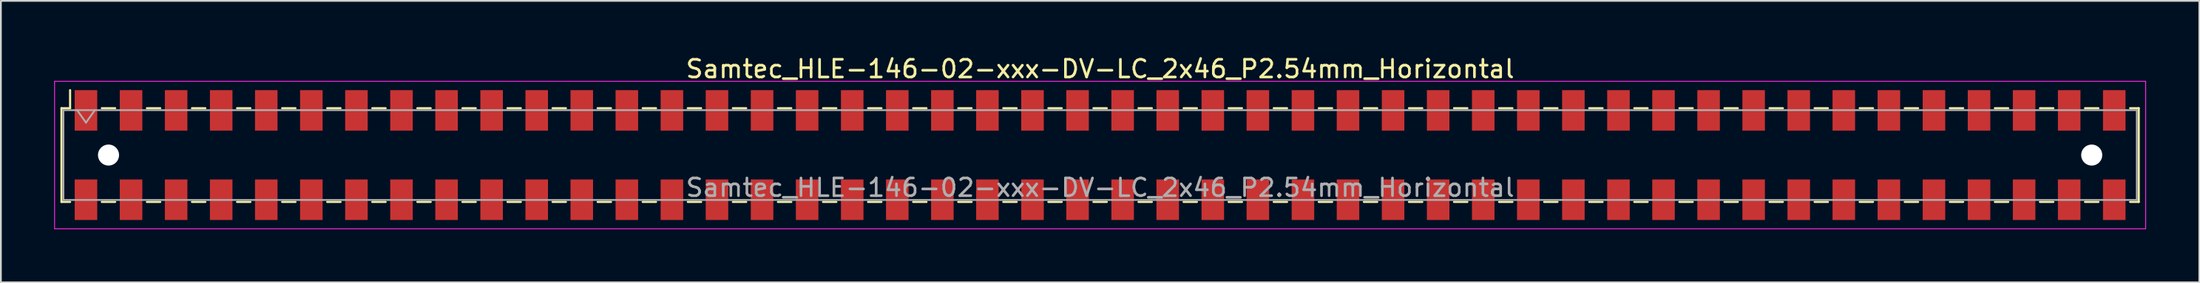
<source format=kicad_pcb>
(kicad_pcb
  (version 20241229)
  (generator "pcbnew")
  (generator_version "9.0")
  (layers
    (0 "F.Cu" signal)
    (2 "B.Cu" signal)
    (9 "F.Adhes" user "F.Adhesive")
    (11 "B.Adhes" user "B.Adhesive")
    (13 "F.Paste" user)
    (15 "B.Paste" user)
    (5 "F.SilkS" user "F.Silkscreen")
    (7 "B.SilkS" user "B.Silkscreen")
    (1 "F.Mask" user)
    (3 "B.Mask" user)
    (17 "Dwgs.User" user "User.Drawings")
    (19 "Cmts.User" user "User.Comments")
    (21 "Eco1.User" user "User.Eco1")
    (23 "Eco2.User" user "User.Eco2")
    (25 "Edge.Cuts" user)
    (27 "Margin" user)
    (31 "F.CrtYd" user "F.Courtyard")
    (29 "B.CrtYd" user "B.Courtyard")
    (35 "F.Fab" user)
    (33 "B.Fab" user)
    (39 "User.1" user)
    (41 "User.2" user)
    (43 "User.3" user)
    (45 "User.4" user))
  (footprint "Samtec_HLE-146-02-xxx-DV-LC_2x46_P2.54mm_Horizontal"
    (layer "F.Cu")
    (at 58.945 5.718)
    (property "Reference" "Samtec_HLE-146-02-xxx-DV-LC_2x46_P2.54mm_Horizontal" (at 0 -4.87 0) (layer "F.SilkS") (effects (font (size 1 1) (thickness 0.15))))
    (attr smd)
    (fp_line (start -58.53 -2.65) (end -58.53 2.65) (stroke (width 0.12) (type solid)) (layer "F.SilkS"))
    (fp_line (start -58.53 2.65) (end -58.045 2.65) (stroke (width 0.12) (type solid)) (layer "F.SilkS"))
    (fp_line (start -58.045 -3.67) (end -58.045 -2.65) (stroke (width 0.12) (type solid)) (layer "F.SilkS"))
    (fp_line (start -58.045 -2.65) (end -58.53 -2.65) (stroke (width 0.12) (type solid)) (layer "F.SilkS"))
    (fp_line (start -56.255 -2.65) (end -55.505 -2.65) (stroke (width 0.12) (type solid)) (layer "F.SilkS"))
    (fp_line (start -56.255 2.65) (end -55.505 2.65) (stroke (width 0.12) (type solid)) (layer "F.SilkS"))
    (fp_line (start -53.715 -2.65) (end -52.965 -2.65) (stroke (width 0.12) (type solid)) (layer "F.SilkS"))
    (fp_line (start -53.715 2.65) (end -52.965 2.65) (stroke (width 0.12) (type solid)) (layer "F.SilkS"))
    (fp_line (start -51.175 -2.65) (end -50.425 -2.65) (stroke (width 0.12) (type solid)) (layer "F.SilkS"))
    (fp_line (start -51.175 2.65) (end -50.425 2.65) (stroke (width 0.12) (type solid)) (layer "F.SilkS"))
    (fp_line (start -48.635 -2.65) (end -47.885 -2.65) (stroke (width 0.12) (type solid)) (layer "F.SilkS"))
    (fp_line (start -48.635 2.65) (end -47.885 2.65) (stroke (width 0.12) (type solid)) (layer "F.SilkS"))
    (fp_line (start -46.095 -2.65) (end -45.345 -2.65) (stroke (width 0.12) (type solid)) (layer "F.SilkS"))
    (fp_line (start -46.095 2.65) (end -45.345 2.65) (stroke (width 0.12) (type solid)) (layer "F.SilkS"))
    (fp_line (start -43.555 -2.65) (end -42.805 -2.65) (stroke (width 0.12) (type solid)) (layer "F.SilkS"))
    (fp_line (start -43.555 2.65) (end -42.805 2.65) (stroke (width 0.12) (type solid)) (layer "F.SilkS"))
    (fp_line (start -41.015 -2.65) (end -40.265 -2.65) (stroke (width 0.12) (type solid)) (layer "F.SilkS"))
    (fp_line (start -41.015 2.65) (end -40.265 2.65) (stroke (width 0.12) (type solid)) (layer "F.SilkS"))
    (fp_line (start -38.475 -2.65) (end -37.725 -2.65) (stroke (width 0.12) (type solid)) (layer "F.SilkS"))
    (fp_line (start -38.475 2.65) (end -37.725 2.65) (stroke (width 0.12) (type solid)) (layer "F.SilkS"))
    (fp_line (start -35.935 -2.65) (end -35.185 -2.65) (stroke (width 0.12) (type solid)) (layer "F.SilkS"))
    (fp_line (start -35.935 2.65) (end -35.185 2.65) (stroke (width 0.12) (type solid)) (layer "F.SilkS"))
    (fp_line (start -33.395 -2.65) (end -32.645 -2.65) (stroke (width 0.12) (type solid)) (layer "F.SilkS"))
    (fp_line (start -33.395 2.65) (end -32.645 2.65) (stroke (width 0.12) (type solid)) (layer "F.SilkS"))
    (fp_line (start -30.855 -2.65) (end -30.105 -2.65) (stroke (width 0.12) (type solid)) (layer "F.SilkS"))
    (fp_line (start -30.855 2.65) (end -30.105 2.65) (stroke (width 0.12) (type solid)) (layer "F.SilkS"))
    (fp_line (start -28.315 -2.65) (end -27.565 -2.65) (stroke (width 0.12) (type solid)) (layer "F.SilkS"))
    (fp_line (start -28.315 2.65) (end -27.565 2.65) (stroke (width 0.12) (type solid)) (layer "F.SilkS"))
    (fp_line (start -25.775 -2.65) (end -25.025 -2.65) (stroke (width 0.12) (type solid)) (layer "F.SilkS"))
    (fp_line (start -25.775 2.65) (end -25.025 2.65) (stroke (width 0.12) (type solid)) (layer "F.SilkS"))
    (fp_line (start -23.235 -2.65) (end -22.485 -2.65) (stroke (width 0.12) (type solid)) (layer "F.SilkS"))
    (fp_line (start -23.235 2.65) (end -22.485 2.65) (stroke (width 0.12) (type solid)) (layer "F.SilkS"))
    (fp_line (start -20.695 -2.65) (end -19.945 -2.65) (stroke (width 0.12) (type solid)) (layer "F.SilkS"))
    (fp_line (start -20.695 2.65) (end -19.945 2.65) (stroke (width 0.12) (type solid)) (layer "F.SilkS"))
    (fp_line (start -18.155 -2.65) (end -17.405 -2.65) (stroke (width 0.12) (type solid)) (layer "F.SilkS"))
    (fp_line (start -18.155 2.65) (end -17.405 2.65) (stroke (width 0.12) (type solid)) (layer "F.SilkS"))
    (fp_line (start -15.615 -2.65) (end -14.865 -2.65) (stroke (width 0.12) (type solid)) (layer "F.SilkS"))
    (fp_line (start -15.615 2.65) (end -14.865 2.65) (stroke (width 0.12) (type solid)) (layer "F.SilkS"))
    (fp_line (start -13.075 -2.65) (end -12.325 -2.65) (stroke (width 0.12) (type solid)) (layer "F.SilkS"))
    (fp_line (start -13.075 2.65) (end -12.325 2.65) (stroke (width 0.12) (type solid)) (layer "F.SilkS"))
    (fp_line (start -10.535 -2.65) (end -9.785 -2.65) (stroke (width 0.12) (type solid)) (layer "F.SilkS"))
    (fp_line (start -10.535 2.65) (end -9.785 2.65) (stroke (width 0.12) (type solid)) (layer "F.SilkS"))
    (fp_line (start -7.995 -2.65) (end -7.245 -2.65) (stroke (width 0.12) (type solid)) (layer "F.SilkS"))
    (fp_line (start -7.995 2.65) (end -7.245 2.65) (stroke (width 0.12) (type solid)) (layer "F.SilkS"))
    (fp_line (start -5.455 -2.65) (end -4.705 -2.65) (stroke (width 0.12) (type solid)) (layer "F.SilkS"))
    (fp_line (start -5.455 2.65) (end -4.705 2.65) (stroke (width 0.12) (type solid)) (layer "F.SilkS"))
    (fp_line (start -2.915 -2.65) (end -2.165 -2.65) (stroke (width 0.12) (type solid)) (layer "F.SilkS"))
    (fp_line (start -2.915 2.65) (end -2.165 2.65) (stroke (width 0.12) (type solid)) (layer "F.SilkS"))
    (fp_line (start -0.375 -2.65) (end 0.375 -2.65) (stroke (width 0.12) (type solid)) (layer "F.SilkS"))
    (fp_line (start -0.375 2.65) (end 0.375 2.65) (stroke (width 0.12) (type solid)) (layer "F.SilkS"))
    (fp_line (start 2.165 -2.65) (end 2.915 -2.65) (stroke (width 0.12) (type solid)) (layer "F.SilkS"))
    (fp_line (start 2.165 2.65) (end 2.915 2.65) (stroke (width 0.12) (type solid)) (layer "F.SilkS"))
    (fp_line (start 4.705 -2.65) (end 5.455 -2.65) (stroke (width 0.12) (type solid)) (layer "F.SilkS"))
    (fp_line (start 4.705 2.65) (end 5.455 2.65) (stroke (width 0.12) (type solid)) (layer "F.SilkS"))
    (fp_line (start 7.245 -2.65) (end 7.995 -2.65) (stroke (width 0.12) (type solid)) (layer "F.SilkS"))
    (fp_line (start 7.245 2.65) (end 7.995 2.65) (stroke (width 0.12) (type solid)) (layer "F.SilkS"))
    (fp_line (start 9.785 -2.65) (end 10.535 -2.65) (stroke (width 0.12) (type solid)) (layer "F.SilkS"))
    (fp_line (start 9.785 2.65) (end 10.535 2.65) (stroke (width 0.12) (type solid)) (layer "F.SilkS"))
    (fp_line (start 12.325 -2.65) (end 13.075 -2.65) (stroke (width 0.12) (type solid)) (layer "F.SilkS"))
    (fp_line (start 12.325 2.65) (end 13.075 2.65) (stroke (width 0.12) (type solid)) (layer "F.SilkS"))
    (fp_line (start 14.865 -2.65) (end 15.615 -2.65) (stroke (width 0.12) (type solid)) (layer "F.SilkS"))
    (fp_line (start 14.865 2.65) (end 15.615 2.65) (stroke (width 0.12) (type solid)) (layer "F.SilkS"))
    (fp_line (start 17.405 -2.65) (end 18.155 -2.65) (stroke (width 0.12) (type solid)) (layer "F.SilkS"))
    (fp_line (start 17.405 2.65) (end 18.155 2.65) (stroke (width 0.12) (type solid)) (layer "F.SilkS"))
    (fp_line (start 19.945 -2.65) (end 20.695 -2.65) (stroke (width 0.12) (type solid)) (layer "F.SilkS"))
    (fp_line (start 19.945 2.65) (end 20.695 2.65) (stroke (width 0.12) (type solid)) (layer "F.SilkS"))
    (fp_line (start 22.485 -2.65) (end 23.235 -2.65) (stroke (width 0.12) (type solid)) (layer "F.SilkS"))
    (fp_line (start 22.485 2.65) (end 23.235 2.65) (stroke (width 0.12) (type solid)) (layer "F.SilkS"))
    (fp_line (start 25.025 -2.65) (end 25.775 -2.65) (stroke (width 0.12) (type solid)) (layer "F.SilkS"))
    (fp_line (start 25.025 2.65) (end 25.775 2.65) (stroke (width 0.12) (type solid)) (layer "F.SilkS"))
    (fp_line (start 27.565 -2.65) (end 28.315 -2.65) (stroke (width 0.12) (type solid)) (layer "F.SilkS"))
    (fp_line (start 27.565 2.65) (end 28.315 2.65) (stroke (width 0.12) (type solid)) (layer "F.SilkS"))
    (fp_line (start 30.105 -2.65) (end 30.855 -2.65) (stroke (width 0.12) (type solid)) (layer "F.SilkS"))
    (fp_line (start 30.105 2.65) (end 30.855 2.65) (stroke (width 0.12) (type solid)) (layer "F.SilkS"))
    (fp_line (start 32.645 -2.65) (end 33.395 -2.65) (stroke (width 0.12) (type solid)) (layer "F.SilkS"))
    (fp_line (start 32.645 2.65) (end 33.395 2.65) (stroke (width 0.12) (type solid)) (layer "F.SilkS"))
    (fp_line (start 35.185 -2.65) (end 35.935 -2.65) (stroke (width 0.12) (type solid)) (layer "F.SilkS"))
    (fp_line (start 35.185 2.65) (end 35.935 2.65) (stroke (width 0.12) (type solid)) (layer "F.SilkS"))
    (fp_line (start 37.725 -2.65) (end 38.475 -2.65) (stroke (width 0.12) (type solid)) (layer "F.SilkS"))
    (fp_line (start 37.725 2.65) (end 38.475 2.65) (stroke (width 0.12) (type solid)) (layer "F.SilkS"))
    (fp_line (start 40.265 -2.65) (end 41.015 -2.65) (stroke (width 0.12) (type solid)) (layer "F.SilkS"))
    (fp_line (start 40.265 2.65) (end 41.015 2.65) (stroke (width 0.12) (type solid)) (layer "F.SilkS"))
    (fp_line (start 42.805 -2.65) (end 43.555 -2.65) (stroke (width 0.12) (type solid)) (layer "F.SilkS"))
    (fp_line (start 42.805 2.65) (end 43.555 2.65) (stroke (width 0.12) (type solid)) (layer "F.SilkS"))
    (fp_line (start 45.345 -2.65) (end 46.095 -2.65) (stroke (width 0.12) (type solid)) (layer "F.SilkS"))
    (fp_line (start 45.345 2.65) (end 46.095 2.65) (stroke (width 0.12) (type solid)) (layer "F.SilkS"))
    (fp_line (start 47.885 -2.65) (end 48.635 -2.65) (stroke (width 0.12) (type solid)) (layer "F.SilkS"))
    (fp_line (start 47.885 2.65) (end 48.635 2.65) (stroke (width 0.12) (type solid)) (layer "F.SilkS"))
    (fp_line (start 50.425 -2.65) (end 51.175 -2.65) (stroke (width 0.12) (type solid)) (layer "F.SilkS"))
    (fp_line (start 50.425 2.65) (end 51.175 2.65) (stroke (width 0.12) (type solid)) (layer "F.SilkS"))
    (fp_line (start 52.965 -2.65) (end 53.715 -2.65) (stroke (width 0.12) (type solid)) (layer "F.SilkS"))
    (fp_line (start 52.965 2.65) (end 53.715 2.65) (stroke (width 0.12) (type solid)) (layer "F.SilkS"))
    (fp_line (start 55.505 -2.65) (end 56.255 -2.65) (stroke (width 0.12) (type solid)) (layer "F.SilkS"))
    (fp_line (start 55.505 2.65) (end 56.255 2.65) (stroke (width 0.12) (type solid)) (layer "F.SilkS"))
    (fp_line (start 58.045 -2.65) (end 58.53 -2.65) (stroke (width 0.12) (type solid)) (layer "F.SilkS"))
    (fp_line (start 58.53 -2.65) (end 58.53 2.65) (stroke (width 0.12) (type solid)) (layer "F.SilkS"))
    (fp_line (start 58.53 2.65) (end 58.045 2.65) (stroke (width 0.12) (type solid)) (layer "F.SilkS"))
    (fp_line (start -58.92 -4.17) (end 58.92 -4.17) (stroke (width 0.05) (type solid)) (layer "F.CrtYd"))
    (fp_line (start -58.92 4.17) (end -58.92 -4.17) (stroke (width 0.05) (type solid)) (layer "F.CrtYd"))
    (fp_line (start 58.92 -4.17) (end 58.92 4.17) (stroke (width 0.05) (type solid)) (layer "F.CrtYd"))
    (fp_line (start 58.92 4.17) (end -58.92 4.17) (stroke (width 0.05) (type solid)) (layer "F.CrtYd"))
    (fp_line (start -58.42 -2.54) (end 58.42 -2.54) (stroke (width 0.1) (type solid)) (layer "F.Fab"))
    (fp_line (start -58.42 2.54) (end -58.42 -2.54) (stroke (width 0.1) (type solid)) (layer "F.Fab"))
    (fp_line (start -57.65 -2.54) (end -57.15 -1.833) (stroke (width 0.1) (type solid)) (layer "F.Fab"))
    (fp_line (start -57.15 -1.833) (end -56.65 -2.54) (stroke (width 0.1) (type solid)) (layer "F.Fab"))
    (fp_line (start 58.42 -2.54) (end 58.42 2.54) (stroke (width 0.1) (type solid)) (layer "F.Fab"))
    (fp_line (start 58.42 2.54) (end -58.42 2.54) (stroke (width 0.1) (type solid)) (layer "F.Fab"))
    (fp_text user "${REFERENCE}" (at 0 1.84 0) (layer "F.Fab") (effects (font (size 1 1) (thickness 0.15))))
    (pad "" np_thru_hole circle (at -55.88 0) (size 1.19 1.19) (drill 1.19) (layers "*.Cu" "*.Mask"))
    (pad "" np_thru_hole circle (at 55.88 0) (size 1.19 1.19) (drill 1.19) (layers "*.Cu" "*.Mask"))
    (pad "1" smd rect (at -57.15 -2.525) (size 1.27 2.29) (layers "F.Cu" "F.Mask" "F.Paste"))
    (pad "2" smd rect (at -57.15 2.525) (size 1.27 2.29) (layers "F.Cu" "F.Mask" "F.Paste"))
    (pad "3" smd rect (at -54.61 -2.525) (size 1.27 2.29) (layers "F.Cu" "F.Mask" "F.Paste"))
    (pad "4" smd rect (at -54.61 2.525) (size 1.27 2.29) (layers "F.Cu" "F.Mask" "F.Paste"))
    (pad "5" smd rect (at -52.07 -2.525) (size 1.27 2.29) (layers "F.Cu" "F.Mask" "F.Paste"))
    (pad "6" smd rect (at -52.07 2.525) (size 1.27 2.29) (layers "F.Cu" "F.Mask" "F.Paste"))
    (pad "7" smd rect (at -49.53 -2.525) (size 1.27 2.29) (layers "F.Cu" "F.Mask" "F.Paste"))
    (pad "8" smd rect (at -49.53 2.525) (size 1.27 2.29) (layers "F.Cu" "F.Mask" "F.Paste"))
    (pad "9" smd rect (at -46.99 -2.525) (size 1.27 2.29) (layers "F.Cu" "F.Mask" "F.Paste"))
    (pad "10" smd rect (at -46.99 2.525) (size 1.27 2.29) (layers "F.Cu" "F.Mask" "F.Paste"))
    (pad "11" smd rect (at -44.45 -2.525) (size 1.27 2.29) (layers "F.Cu" "F.Mask" "F.Paste"))
    (pad "12" smd rect (at -44.45 2.525) (size 1.27 2.29) (layers "F.Cu" "F.Mask" "F.Paste"))
    (pad "13" smd rect (at -41.91 -2.525) (size 1.27 2.29) (layers "F.Cu" "F.Mask" "F.Paste"))
    (pad "14" smd rect (at -41.91 2.525) (size 1.27 2.29) (layers "F.Cu" "F.Mask" "F.Paste"))
    (pad "15" smd rect (at -39.37 -2.525) (size 1.27 2.29) (layers "F.Cu" "F.Mask" "F.Paste"))
    (pad "16" smd rect (at -39.37 2.525) (size 1.27 2.29) (layers "F.Cu" "F.Mask" "F.Paste"))
    (pad "17" smd rect (at -36.83 -2.525) (size 1.27 2.29) (layers "F.Cu" "F.Mask" "F.Paste"))
    (pad "18" smd rect (at -36.83 2.525) (size 1.27 2.29) (layers "F.Cu" "F.Mask" "F.Paste"))
    (pad "19" smd rect (at -34.29 -2.525) (size 1.27 2.29) (layers "F.Cu" "F.Mask" "F.Paste"))
    (pad "20" smd rect (at -34.29 2.525) (size 1.27 2.29) (layers "F.Cu" "F.Mask" "F.Paste"))
    (pad "21" smd rect (at -31.75 -2.525) (size 1.27 2.29) (layers "F.Cu" "F.Mask" "F.Paste"))
    (pad "22" smd rect (at -31.75 2.525) (size 1.27 2.29) (layers "F.Cu" "F.Mask" "F.Paste"))
    (pad "23" smd rect (at -29.21 -2.525) (size 1.27 2.29) (layers "F.Cu" "F.Mask" "F.Paste"))
    (pad "24" smd rect (at -29.21 2.525) (size 1.27 2.29) (layers "F.Cu" "F.Mask" "F.Paste"))
    (pad "25" smd rect (at -26.67 -2.525) (size 1.27 2.29) (layers "F.Cu" "F.Mask" "F.Paste"))
    (pad "26" smd rect (at -26.67 2.525) (size 1.27 2.29) (layers "F.Cu" "F.Mask" "F.Paste"))
    (pad "27" smd rect (at -24.13 -2.525) (size 1.27 2.29) (layers "F.Cu" "F.Mask" "F.Paste"))
    (pad "28" smd rect (at -24.13 2.525) (size 1.27 2.29) (layers "F.Cu" "F.Mask" "F.Paste"))
    (pad "29" smd rect (at -21.59 -2.525) (size 1.27 2.29) (layers "F.Cu" "F.Mask" "F.Paste"))
    (pad "30" smd rect (at -21.59 2.525) (size 1.27 2.29) (layers "F.Cu" "F.Mask" "F.Paste"))
    (pad "31" smd rect (at -19.05 -2.525) (size 1.27 2.29) (layers "F.Cu" "F.Mask" "F.Paste"))
    (pad "32" smd rect (at -19.05 2.525) (size 1.27 2.29) (layers "F.Cu" "F.Mask" "F.Paste"))
    (pad "33" smd rect (at -16.51 -2.525) (size 1.27 2.29) (layers "F.Cu" "F.Mask" "F.Paste"))
    (pad "34" smd rect (at -16.51 2.525) (size 1.27 2.29) (layers "F.Cu" "F.Mask" "F.Paste"))
    (pad "35" smd rect (at -13.97 -2.525) (size 1.27 2.29) (layers "F.Cu" "F.Mask" "F.Paste"))
    (pad "36" smd rect (at -13.97 2.525) (size 1.27 2.29) (layers "F.Cu" "F.Mask" "F.Paste"))
    (pad "37" smd rect (at -11.43 -2.525) (size 1.27 2.29) (layers "F.Cu" "F.Mask" "F.Paste"))
    (pad "38" smd rect (at -11.43 2.525) (size 1.27 2.29) (layers "F.Cu" "F.Mask" "F.Paste"))
    (pad "39" smd rect (at -8.89 -2.525) (size 1.27 2.29) (layers "F.Cu" "F.Mask" "F.Paste"))
    (pad "40" smd rect (at -8.89 2.525) (size 1.27 2.29) (layers "F.Cu" "F.Mask" "F.Paste"))
    (pad "41" smd rect (at -6.35 -2.525) (size 1.27 2.29) (layers "F.Cu" "F.Mask" "F.Paste"))
    (pad "42" smd rect (at -6.35 2.525) (size 1.27 2.29) (layers "F.Cu" "F.Mask" "F.Paste"))
    (pad "43" smd rect (at -3.81 -2.525) (size 1.27 2.29) (layers "F.Cu" "F.Mask" "F.Paste"))
    (pad "44" smd rect (at -3.81 2.525) (size 1.27 2.29) (layers "F.Cu" "F.Mask" "F.Paste"))
    (pad "45" smd rect (at -1.27 -2.525) (size 1.27 2.29) (layers "F.Cu" "F.Mask" "F.Paste"))
    (pad "46" smd rect (at -1.27 2.525) (size 1.27 2.29) (layers "F.Cu" "F.Mask" "F.Paste"))
    (pad "47" smd rect (at 1.27 -2.525) (size 1.27 2.29) (layers "F.Cu" "F.Mask" "F.Paste"))
    (pad "48" smd rect (at 1.27 2.525) (size 1.27 2.29) (layers "F.Cu" "F.Mask" "F.Paste"))
    (pad "49" smd rect (at 3.81 -2.525) (size 1.27 2.29) (layers "F.Cu" "F.Mask" "F.Paste"))
    (pad "50" smd rect (at 3.81 2.525) (size 1.27 2.29) (layers "F.Cu" "F.Mask" "F.Paste"))
    (pad "51" smd rect (at 6.35 -2.525) (size 1.27 2.29) (layers "F.Cu" "F.Mask" "F.Paste"))
    (pad "52" smd rect (at 6.35 2.525) (size 1.27 2.29) (layers "F.Cu" "F.Mask" "F.Paste"))
    (pad "53" smd rect (at 8.89 -2.525) (size 1.27 2.29) (layers "F.Cu" "F.Mask" "F.Paste"))
    (pad "54" smd rect (at 8.89 2.525) (size 1.27 2.29) (layers "F.Cu" "F.Mask" "F.Paste"))
    (pad "55" smd rect (at 11.43 -2.525) (size 1.27 2.29) (layers "F.Cu" "F.Mask" "F.Paste"))
    (pad "56" smd rect (at 11.43 2.525) (size 1.27 2.29) (layers "F.Cu" "F.Mask" "F.Paste"))
    (pad "57" smd rect (at 13.97 -2.525) (size 1.27 2.29) (layers "F.Cu" "F.Mask" "F.Paste"))
    (pad "58" smd rect (at 13.97 2.525) (size 1.27 2.29) (layers "F.Cu" "F.Mask" "F.Paste"))
    (pad "59" smd rect (at 16.51 -2.525) (size 1.27 2.29) (layers "F.Cu" "F.Mask" "F.Paste"))
    (pad "60" smd rect (at 16.51 2.525) (size 1.27 2.29) (layers "F.Cu" "F.Mask" "F.Paste"))
    (pad "61" smd rect (at 19.05 -2.525) (size 1.27 2.29) (layers "F.Cu" "F.Mask" "F.Paste"))
    (pad "62" smd rect (at 19.05 2.525) (size 1.27 2.29) (layers "F.Cu" "F.Mask" "F.Paste"))
    (pad "63" smd rect (at 21.59 -2.525) (size 1.27 2.29) (layers "F.Cu" "F.Mask" "F.Paste"))
    (pad "64" smd rect (at 21.59 2.525) (size 1.27 2.29) (layers "F.Cu" "F.Mask" "F.Paste"))
    (pad "65" smd rect (at 24.13 -2.525) (size 1.27 2.29) (layers "F.Cu" "F.Mask" "F.Paste"))
    (pad "66" smd rect (at 24.13 2.525) (size 1.27 2.29) (layers "F.Cu" "F.Mask" "F.Paste"))
    (pad "67" smd rect (at 26.67 -2.525) (size 1.27 2.29) (layers "F.Cu" "F.Mask" "F.Paste"))
    (pad "68" smd rect (at 26.67 2.525) (size 1.27 2.29) (layers "F.Cu" "F.Mask" "F.Paste"))
    (pad "69" smd rect (at 29.21 -2.525) (size 1.27 2.29) (layers "F.Cu" "F.Mask" "F.Paste"))
    (pad "70" smd rect (at 29.21 2.525) (size 1.27 2.29) (layers "F.Cu" "F.Mask" "F.Paste"))
    (pad "71" smd rect (at 31.75 -2.525) (size 1.27 2.29) (layers "F.Cu" "F.Mask" "F.Paste"))
    (pad "72" smd rect (at 31.75 2.525) (size 1.27 2.29) (layers "F.Cu" "F.Mask" "F.Paste"))
    (pad "73" smd rect (at 34.29 -2.525) (size 1.27 2.29) (layers "F.Cu" "F.Mask" "F.Paste"))
    (pad "74" smd rect (at 34.29 2.525) (size 1.27 2.29) (layers "F.Cu" "F.Mask" "F.Paste"))
    (pad "75" smd rect (at 36.83 -2.525) (size 1.27 2.29) (layers "F.Cu" "F.Mask" "F.Paste"))
    (pad "76" smd rect (at 36.83 2.525) (size 1.27 2.29) (layers "F.Cu" "F.Mask" "F.Paste"))
    (pad "77" smd rect (at 39.37 -2.525) (size 1.27 2.29) (layers "F.Cu" "F.Mask" "F.Paste"))
    (pad "78" smd rect (at 39.37 2.525) (size 1.27 2.29) (layers "F.Cu" "F.Mask" "F.Paste"))
    (pad "79" smd rect (at 41.91 -2.525) (size 1.27 2.29) (layers "F.Cu" "F.Mask" "F.Paste"))
    (pad "80" smd rect (at 41.91 2.525) (size 1.27 2.29) (layers "F.Cu" "F.Mask" "F.Paste"))
    (pad "81" smd rect (at 44.45 -2.525) (size 1.27 2.29) (layers "F.Cu" "F.Mask" "F.Paste"))
    (pad "82" smd rect (at 44.45 2.525) (size 1.27 2.29) (layers "F.Cu" "F.Mask" "F.Paste"))
    (pad "83" smd rect (at 46.99 -2.525) (size 1.27 2.29) (layers "F.Cu" "F.Mask" "F.Paste"))
    (pad "84" smd rect (at 46.99 2.525) (size 1.27 2.29) (layers "F.Cu" "F.Mask" "F.Paste"))
    (pad "85" smd rect (at 49.53 -2.525) (size 1.27 2.29) (layers "F.Cu" "F.Mask" "F.Paste"))
    (pad "86" smd rect (at 49.53 2.525) (size 1.27 2.29) (layers "F.Cu" "F.Mask" "F.Paste"))
    (pad "87" smd rect (at 52.07 -2.525) (size 1.27 2.29) (layers "F.Cu" "F.Mask" "F.Paste"))
    (pad "88" smd rect (at 52.07 2.525) (size 1.27 2.29) (layers "F.Cu" "F.Mask" "F.Paste"))
    (pad "89" smd rect (at 54.61 -2.525) (size 1.27 2.29) (layers "F.Cu" "F.Mask" "F.Paste"))
    (pad "90" smd rect (at 54.61 2.525) (size 1.27 2.29) (layers "F.Cu" "F.Mask" "F.Paste"))
    (pad "91" smd rect (at 57.15 -2.525) (size 1.27 2.29) (layers "F.Cu" "F.Mask" "F.Paste"))
    (pad "92" smd rect (at 57.15 2.525) (size 1.27 2.29) (layers "F.Cu" "F.Mask" "F.Paste")))
  (gr_rect
    (start -3 -3)
    (end 120.89 12.913)
    (stroke (width 0.1) (type default))
    (fill no)
    (layer "Edge.Cuts")))
</source>
